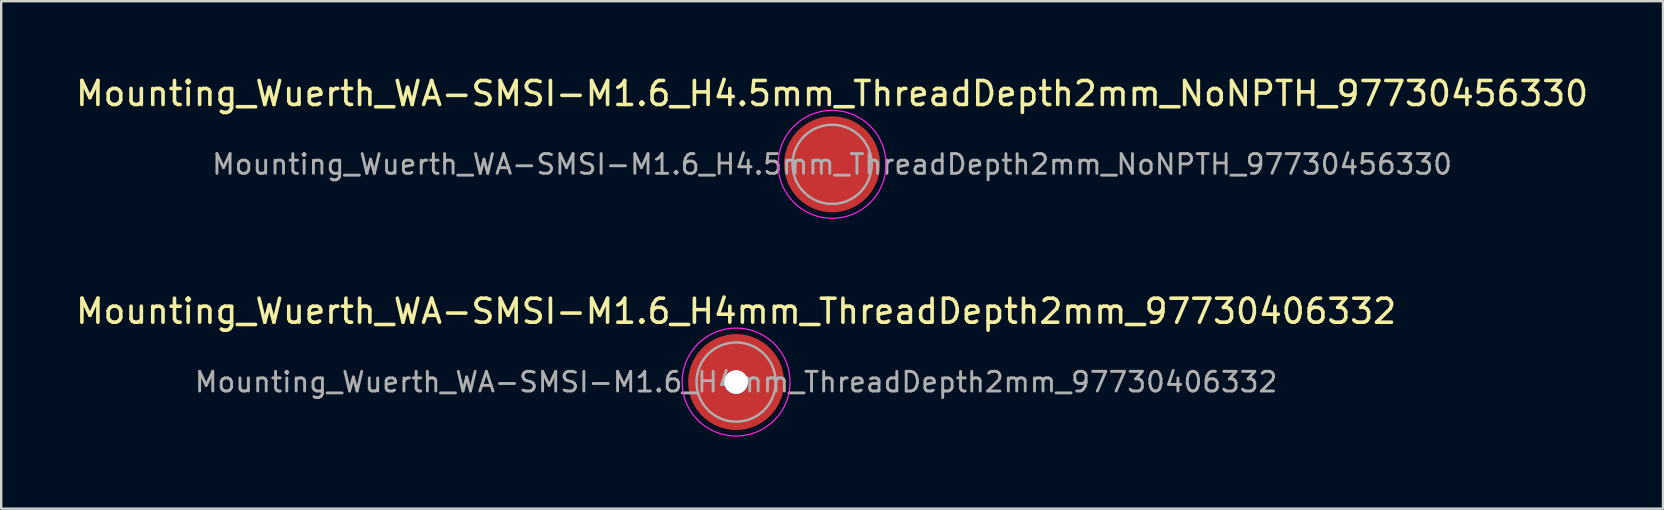
<source format=kicad_pcb>
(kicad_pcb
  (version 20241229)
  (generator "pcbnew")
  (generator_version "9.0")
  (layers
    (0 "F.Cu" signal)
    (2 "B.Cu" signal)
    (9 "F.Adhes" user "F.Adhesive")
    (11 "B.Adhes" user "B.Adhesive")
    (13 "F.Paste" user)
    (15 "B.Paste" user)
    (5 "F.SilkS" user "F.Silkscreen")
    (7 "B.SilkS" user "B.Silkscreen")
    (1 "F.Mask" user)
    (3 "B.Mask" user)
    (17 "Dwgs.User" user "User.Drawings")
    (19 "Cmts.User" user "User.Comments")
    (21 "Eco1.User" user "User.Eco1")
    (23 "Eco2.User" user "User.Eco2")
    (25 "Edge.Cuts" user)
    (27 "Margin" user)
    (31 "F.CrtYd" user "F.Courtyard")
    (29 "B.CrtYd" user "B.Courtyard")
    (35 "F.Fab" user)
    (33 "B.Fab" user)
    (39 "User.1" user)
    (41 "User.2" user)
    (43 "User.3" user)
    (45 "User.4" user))
  (footprint "Mounting_Wuerth_WA-SMSI-M1.6_H4.5mm_ThreadDepth2mm_NoNPTH_97730456330"
    (layer "F.Cu")
    (at 31.625 3.798)
    (property "Reference" "Mounting_Wuerth_WA-SMSI-M1.6_H4.5mm_ThreadDepth2mm_NoNPTH_97730456330" (at 0 -2.95 0) (layer "F.SilkS") (effects (font (size 1 1) (thickness 0.15))))
    (property "Mouser Part no." "" (at 0 0 0) (layer "F.Fab") (effects (font (size 1.27 1.27) (thickness 0.15))))
    (property "Mouser link" "" (at 0 0 0) (layer "F.Fab") (effects (font (size 1.27 1.27) (thickness 0.15))))
    (attr smd)
    (fp_circle (center 0 0) (end 2.25 0) (stroke (width 0.05) (type solid)) (fill no) (layer "F.CrtYd"))
    (fp_circle (center 0 0) (end 1.65 0) (stroke (width 0.1) (type solid)) (fill no) (layer "F.Fab"))
    (fp_text user "${REFERENCE}" (at 0 0 0) (layer "F.Fab") (effects (font (size 0.82 0.82) (thickness 0.12))))
    (pad "" smd custom (at -0.778 -0.778) (size 1.2 1.2) (layers "F.Paste") (options (anchor circle)) (primitives (gr_arc (start 0.465568 0.527817) (mid 0.494887 0.495062) (end 0.527624 0.465723) (width 0.2)) (gr_arc (start 0.344805 0.527817) (mid 0.424264 0.424264) (end 0.527818 0.344805) (width 0.2)) (gr_arc (start 0.232382 0.527817) (mid 0.353364 0.353743) (end 0.527329 0.232606) (width 0.2)) (gr_arc (start 0.123983 0.527817) (mid 0.282626 0.28306) (end 0.527243 0.124203) (width 0.2)) (gr_arc (start 0.017883 0.527817) (mid 0.211737 0.212527) (end 0.526755 0.018233) (width 0.2)) (gr_arc (start -0.086763 0.527817) (mid 0.141173 0.14167) (end 0.527142 -0.086568) (width 0.2)) (gr_arc (start -0.190428 0.527817) (mid 0.070433 0.070988) (end 0.527057 -0.190232) (width 0.2)) (gr_arc (start -0.293397 0.527817) (mid -0.000182 0.000182) (end 0.527315 -0.29328) (width 0.2)) (gr_arc (start -0.395852 0.527817) (mid -0.071085 -0.070336) (end 0.526781 -0.395631) (width 0.2)) (gr_arc (start -0.497918 0.527817) (mid -0.141622 -0.141221) (end 0.52726 -0.497809) (width 0.2)) (gr_arc (start -0.59968 0.527817) (mid -0.212364 -0.2119) (end 0.527171 -0.599563) (width 0.2)) (gr_arc (start -0.701202 0.527817) (mid -0.282952 -0.282733) (end 0.527511 -0.70115) (width 0.2)) (gr_arc (start -0.802531 0.527817) (mid -0.353765 -0.353343) (end 0.527227 -0.802438) (width 0.2)) (gr_arc (start -0.9037 0.527817) (mid -0.425176 -0.423352) (end 0.525265 -0.903319) (width 0.2)) (gr_arc (start -1.004737 0.527817) (mid -0.49534 -0.49461) (end 0.526794 -1.004593) (width 0.2)) (gr_line (start 0.528 0.466) (end 0.528 -1.005) (width 0.2)) (gr_line (start 0.466 0.528) (end -1.005 0.528) (width 0.2))))
    (pad "" smd custom (at -0.778 0.778) (size 1.2 1.2) (layers "F.Paste") (options (anchor circle)) (primitives (gr_arc (start 0.527817 -0.465568) (mid 0.495062 -0.494887) (end 0.465723 -0.527624) (width 0.2)) (gr_arc (start 0.527817 -0.344805) (mid 0.424264 -0.424264) (end 0.344805 -0.527818) (width 0.2)) (gr_arc (start 0.527817 -0.232382) (mid 0.353743 -0.353364) (end 0.232606 -0.527329) (width 0.2)) (gr_arc (start 0.527817 -0.123983) (mid 0.28306 -0.282626) (end 0.124203 -0.527243) (width 0.2)) (gr_arc (start 0.527817 -0.017883) (mid 0.212527 -0.211737) (end 0.018233 -0.526755) (width 0.2)) (gr_arc (start 0.527817 0.086763) (mid 0.14167 -0.141173) (end -0.086568 -0.527142) (width 0.2)) (gr_arc (start 0.527817 0.190428) (mid 0.070988 -0.070433) (end -0.190232 -0.527057) (width 0.2)) (gr_arc (start 0.527817 0.293397) (mid 0.000182 0.000182) (end -0.29328 -0.527315) (width 0.2)) (gr_arc (start 0.527817 0.395852) (mid -0.070336 0.071085) (end -0.395631 -0.526781) (width 0.2)) (gr_arc (start 0.527817 0.497918) (mid -0.141221 0.141622) (end -0.497809 -0.52726) (width 0.2)) (gr_arc (start 0.527817 0.59968) (mid -0.2119 0.212364) (end -0.599563 -0.527171) (width 0.2)) (gr_arc (start 0.527817 0.701202) (mid -0.282733 0.282952) (end -0.70115 -0.527511) (width 0.2)) (gr_arc (start 0.527817 0.802531) (mid -0.353343 0.353765) (end -0.802438 -0.527227) (width 0.2)) (gr_arc (start 0.527817 0.9037) (mid -0.423352 0.425176) (end -0.903319 -0.525265) (width 0.2)) (gr_arc (start 0.527817 1.004737) (mid -0.49461 0.49534) (end -1.004593 -0.526794) (width 0.2)) (gr_line (start 0.466 -0.528) (end -1.005 -0.528) (width 0.2)) (gr_line (start 0.528 -0.466) (end 0.528 1.005) (width 0.2))))
    (pad "" smd custom (at 0.778 -0.778) (size 1.2 1.2) (layers "F.Paste") (options (anchor circle)) (primitives (gr_arc (start -0.527817 0.465568) (mid -0.495062 0.494887) (end -0.465723 0.527624) (width 0.2)) (gr_arc (start -0.527817 0.344805) (mid -0.424264 0.424264) (end -0.344805 0.527818) (width 0.2)) (gr_arc (start -0.527817 0.232382) (mid -0.353743 0.353364) (end -0.232606 0.527329) (width 0.2)) (gr_arc (start -0.527817 0.123983) (mid -0.28306 0.282626) (end -0.124203 0.527243) (width 0.2)) (gr_arc (start -0.527817 0.017883) (mid -0.212527 0.211737) (end -0.018233 0.526755) (width 0.2)) (gr_arc (start -0.527817 -0.086763) (mid -0.14167 0.141173) (end 0.086568 0.527142) (width 0.2)) (gr_arc (start -0.527817 -0.190428) (mid -0.070988 0.070433) (end 0.190232 0.527057) (width 0.2)) (gr_arc (start -0.527817 -0.293397) (mid -0.000182 -0.000182) (end 0.29328 0.527315) (width 0.2)) (gr_arc (start -0.527817 -0.395852) (mid 0.070336 -0.071085) (end 0.395631 0.526781) (width 0.2)) (gr_arc (start -0.527817 -0.497918) (mid 0.141221 -0.141622) (end 0.497809 0.52726) (width 0.2)) (gr_arc (start -0.527817 -0.59968) (mid 0.2119 -0.212364) (end 0.599563 0.527171) (width 0.2)) (gr_arc (start -0.527817 -0.701202) (mid 0.282733 -0.282952) (end 0.70115 0.527511) (width 0.2)) (gr_arc (start -0.527817 -0.802531) (mid 0.353343 -0.353765) (end 0.802438 0.527227) (width 0.2)) (gr_arc (start -0.527817 -0.9037) (mid 0.423352 -0.425176) (end 0.903319 0.525265) (width 0.2)) (gr_arc (start -0.527817 -1.004737) (mid 0.49461 -0.49534) (end 1.004593 0.526794) (width 0.2)) (gr_line (start -0.466 0.528) (end 1.005 0.528) (width 0.2)) (gr_line (start -0.528 0.466) (end -0.528 -1.005) (width 0.2))))
    (pad "" smd custom (at 0.778 0.778) (size 1.2 1.2) (layers "F.Paste") (options (anchor circle)) (primitives (gr_arc (start -0.465568 -0.527817) (mid -0.494887 -0.495062) (end -0.527624 -0.465723) (width 0.2)) (gr_arc (start -0.344805 -0.527817) (mid -0.424264 -0.424264) (end -0.527818 -0.344805) (width 0.2)) (gr_arc (start -0.232382 -0.527817) (mid -0.353364 -0.353743) (end -0.527329 -0.232606) (width 0.2)) (gr_arc (start -0.123983 -0.527817) (mid -0.282626 -0.28306) (end -0.527243 -0.124203) (width 0.2)) (gr_arc (start -0.017883 -0.527817) (mid -0.211737 -0.212527) (end -0.526755 -0.018233) (width 0.2)) (gr_arc (start 0.086763 -0.527817) (mid -0.141173 -0.14167) (end -0.527142 0.086568) (width 0.2)) (gr_arc (start 0.190428 -0.527817) (mid -0.070433 -0.070988) (end -0.527057 0.190232) (width 0.2)) (gr_arc (start 0.293397 -0.527817) (mid 0.000182 -0.000182) (end -0.527315 0.29328) (width 0.2)) (gr_arc (start 0.395852 -0.527817) (mid 0.071085 0.070336) (end -0.526781 0.395631) (width 0.2)) (gr_arc (start 0.497918 -0.527817) (mid 0.141622 0.141221) (end -0.52726 0.497809) (width 0.2)) (gr_arc (start 0.59968 -0.527817) (mid 0.212364 0.2119) (end -0.527171 0.599563) (width 0.2)) (gr_arc (start 0.701202 -0.527817) (mid 0.282952 0.282733) (end -0.527511 0.70115) (width 0.2)) (gr_arc (start 0.802531 -0.527817) (mid 0.353765 0.353343) (end -0.527227 0.802438) (width 0.2)) (gr_arc (start 0.9037 -0.527817) (mid 0.425176 0.423352) (end -0.525265 0.903319) (width 0.2)) (gr_arc (start 1.004737 -0.527817) (mid 0.49534 0.49461) (end -0.526794 1.004593) (width 0.2)) (gr_line (start -0.528 -0.466) (end -0.528 1.005) (width 0.2)) (gr_line (start -0.466 -0.528) (end 1.005 -0.528) (width 0.2))))
    (pad "1" smd circle (at 0 0) (size 4 4) (layers "F.Cu" "F.Mask")))
  (footprint "Mounting_Wuerth_WA-SMSI-M1.6_H4mm_ThreadDepth2mm_97730406332"
    (layer "F.Cu")
    (at 27.625 12.871)
    (property "Reference" "Mounting_Wuerth_WA-SMSI-M1.6_H4mm_ThreadDepth2mm_97730406332" (at 0 -2.95 0) (layer "F.SilkS") (effects (font (size 1 1) (thickness 0.15))))
    (property "Mouser Part no." "" (at 0 0 0) (layer "F.Fab") (effects (font (size 1.27 1.27) (thickness 0.15))))
    (property "Mouser link" "" (at 0 0 0) (layer "F.Fab") (effects (font (size 1.27 1.27) (thickness 0.15))))
    (attr smd)
    (fp_circle (center 0 0) (end 2.25 0) (stroke (width 0.05) (type solid)) (fill no) (layer "F.CrtYd"))
    (fp_circle (center 0 0) (end 1.65 0) (stroke (width 0.1) (type solid)) (fill no) (layer "F.Fab"))
    (fp_text user "${REFERENCE}" (at 0 0 0) (layer "F.Fab") (effects (font (size 0.82 0.82) (thickness 0.12))))
    (pad "" smd custom (at 0 -1.25) (size 0.9 0.9) (layers "F.Paste") (options (anchor circle)) (primitives (gr_arc (start -0.259808 0.6) (mid -0.00045 0.55) (end 0.258972 0.599667) (width 0.2)) (gr_arc (start -0.466369 0.6) (mid -0.000127 0.45) (end 0.466163 0.599852) (width 0.2)) (gr_arc (start -0.622495 0.6) (mid -0.000185 0.35) (end 0.622228 0.599745) (width 0.2)) (gr_arc (start -0.759934 0.6) (mid -0.000146 0.25) (end 0.759744 0.599777) (width 0.2)) (gr_arc (start -0.887412 0.6) (mid -0.000546 0.15) (end 0.886766 0.599119) (width 0.2)) (gr_arc (start -1.008712 0.6) (mid -0.000059 0.05) (end 1.008648 0.5999) (width 0.2)) (gr_arc (start -1.125833 0.6) (mid -0.001134 -0.049999) (end 1.124697 0.598036) (width 0.2)) (gr_arc (start -1.23996 0.6) (mid -0.00088 -0.15) (end 1.239142 0.598442) (width 0.2)) (gr_arc (start -1.351851 0.6) (mid -0.000542 -0.25) (end 1.351381 0.599023) (width 0.2)) (gr_arc (start -1.462019 0.6) (mid -0.000852 -0.35) (end 1.461326 0.598443) (width 0.2)) (gr_arc (start -1.570828 0.6) (mid -0.000608 -0.45) (end 1.570363 0.598876) (width 0.2)) (gr_arc (start -1.678541 0.6) (mid -0.000991 -0.55) (end 1.677824 0.598152) (width 0.2)) (gr_line (start 0.26 0.6) (end 1.679 0.6) (width 0.2)) (gr_line (start -0.26 0.6) (end -1.679 0.6) (width 0.2))))
    (pad "" np_thru_hole circle (at 0 0) (size 1 1) (drill 1) (layers "*.Cu" "*.Mask"))
    (pad "" smd custom (at 0 1.25) (size 0.9 0.9) (layers "F.Paste") (options (anchor circle)) (primitives (gr_arc (start 0.259808 -0.6) (mid 0.00045 -0.55) (end -0.258972 -0.599667) (width 0.2)) (gr_arc (start 0.466369 -0.6) (mid 0.000127 -0.45) (end -0.466163 -0.599852) (width 0.2)) (gr_arc (start 0.622495 -0.6) (mid 0.000185 -0.35) (end -0.622228 -0.599745) (width 0.2)) (gr_arc (start 0.759934 -0.6) (mid 0.000146 -0.25) (end -0.759744 -0.599777) (width 0.2)) (gr_arc (start 0.887412 -0.6) (mid 0.000546 -0.15) (end -0.886766 -0.599119) (width 0.2)) (gr_arc (start 1.008712 -0.6) (mid 0.000059 -0.05) (end -1.008648 -0.5999) (width 0.2)) (gr_arc (start 1.125833 -0.6) (mid 0.001134 0.049999) (end -1.124697 -0.598036) (width 0.2)) (gr_arc (start 1.23996 -0.6) (mid 0.00088 0.15) (end -1.239142 -0.598442) (width 0.2)) (gr_arc (start 1.351851 -0.6) (mid 0.000542 0.25) (end -1.351381 -0.599023) (width 0.2)) (gr_arc (start 1.462019 -0.6) (mid 0.000852 0.35) (end -1.461326 -0.598443) (width 0.2)) (gr_arc (start 1.570828 -0.6) (mid 0.000608 0.45) (end -1.570363 -0.598876) (width 0.2)) (gr_arc (start 1.678541 -0.6) (mid 0.000991 0.55) (end -1.677824 -0.598152) (width 0.2)) (gr_line (start -0.26 -0.6) (end -1.679 -0.6) (width 0.2)) (gr_line (start 0.26 -0.6) (end 1.679 -0.6) (width 0.2))))
    (pad "1" smd circle (at -1.25 0) (size 1.1 1.1) (layers "F.Cu"))
    (pad "1" smd circle (at 0 -1.25) (size 1.1 1.1) (layers "F.Cu"))
    (pad "1" smd circle (at 0 1.25) (size 1.1 1.1) (layers "F.Cu"))
    (pad "1" smd custom (at 1.25 0) (size 1.1 1.1) (layers "F.Cu" "F.Mask") (options (anchor circle)) (primitives (gr_circle (center -1.25 0) (end 0 0) (width 1.5) (fill no)))))
  (gr_rect
    (start -3 -3)
    (end 66.25 18.146)
    (stroke (width 0.1) (type default))
    (fill no)
    (layer "Edge.Cuts")))
</source>
